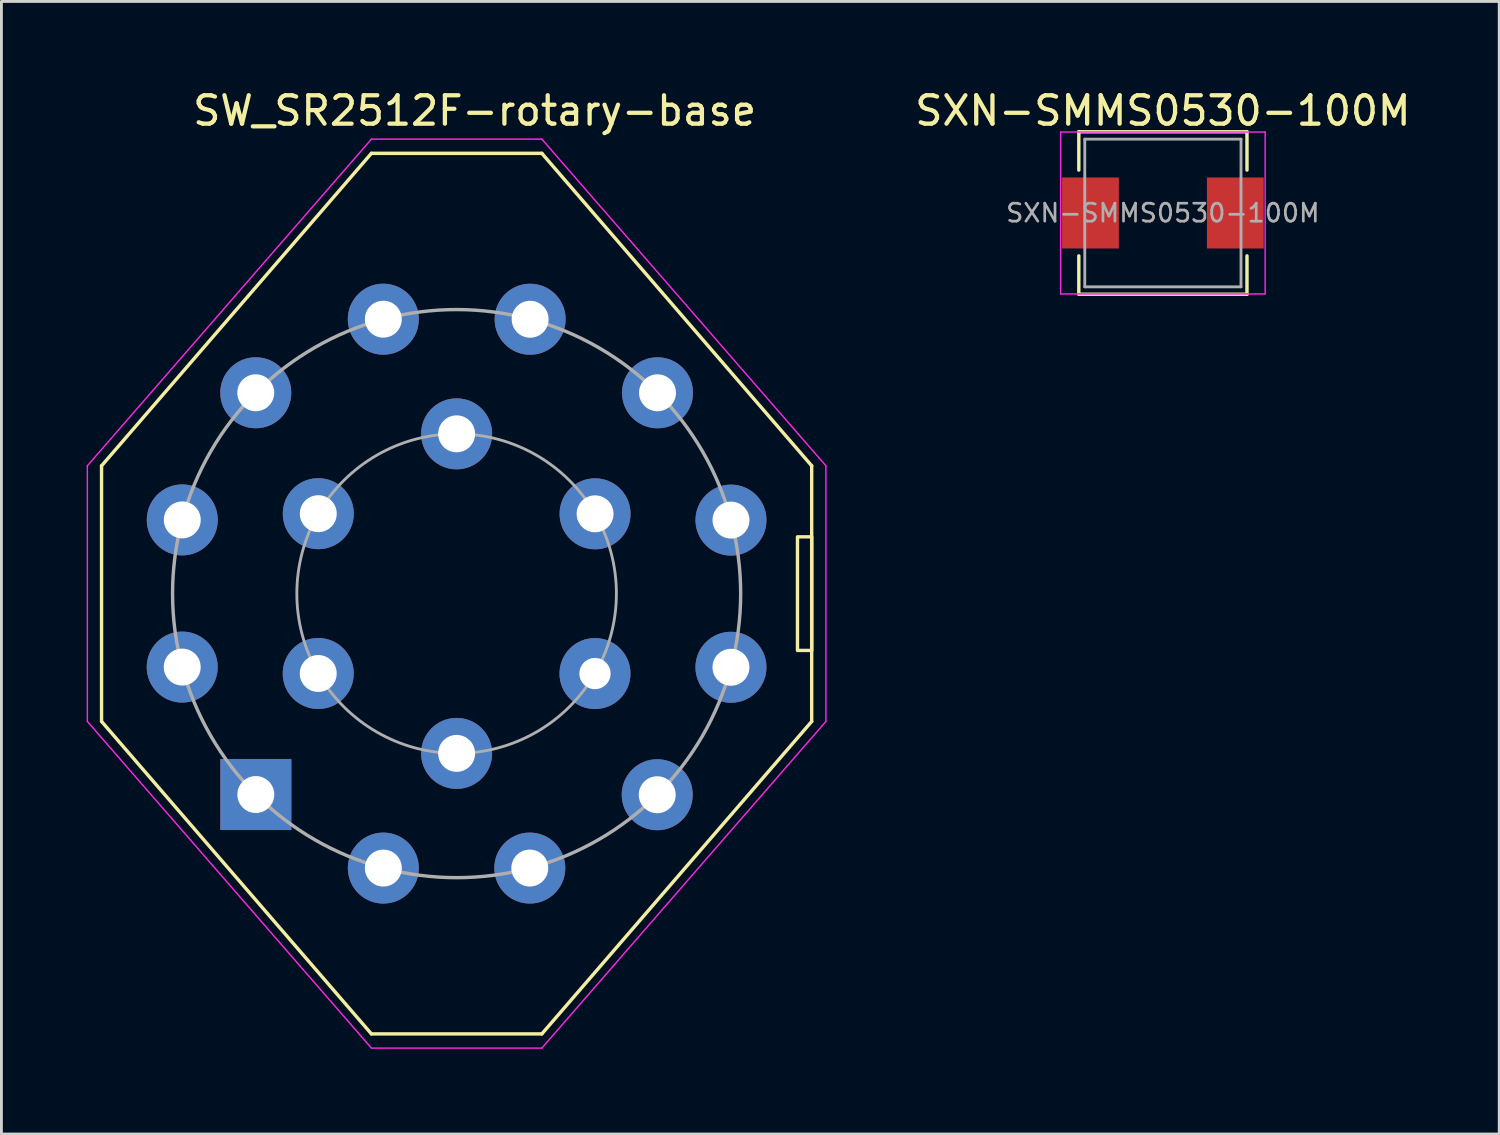
<source format=kicad_pcb>
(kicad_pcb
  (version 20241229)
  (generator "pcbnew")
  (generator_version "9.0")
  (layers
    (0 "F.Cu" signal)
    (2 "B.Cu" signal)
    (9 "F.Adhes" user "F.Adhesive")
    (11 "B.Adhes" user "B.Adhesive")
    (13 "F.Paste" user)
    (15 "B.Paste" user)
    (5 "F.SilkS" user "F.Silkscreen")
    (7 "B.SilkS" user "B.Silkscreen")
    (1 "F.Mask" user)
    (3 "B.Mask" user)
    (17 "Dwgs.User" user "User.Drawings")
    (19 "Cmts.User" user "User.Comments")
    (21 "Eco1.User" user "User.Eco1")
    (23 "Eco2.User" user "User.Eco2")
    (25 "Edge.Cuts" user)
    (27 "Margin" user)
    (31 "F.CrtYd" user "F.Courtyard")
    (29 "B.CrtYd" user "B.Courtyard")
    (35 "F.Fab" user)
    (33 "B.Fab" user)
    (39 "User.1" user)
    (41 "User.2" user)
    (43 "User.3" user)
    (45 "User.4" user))
  (footprint "SW_SR2512F-rotary-base"
    (layer "F.Cu")
    (at 13.025 17.848)
    (property "Reference" "SW_SR2512F-rotary-base" (at 0.635 -17 0) (layer "F.SilkS") (effects (font (size 1 1) (thickness 0.15))))
    (attr through_hole)
    (fp_line (start -12.5 -4.5) (end -12.5 4.5) (stroke (width 0.12) (type default)) (layer "F.SilkS"))
    (fp_line (start -3 -15.5) (end -12.5 -4.5) (stroke (width 0.12) (type default)) (layer "F.SilkS"))
    (fp_line (start -3 -15.5) (end 3 -15.5) (stroke (width 0.12) (type default)) (layer "F.SilkS"))
    (fp_line (start -3 15.5) (end -12.5 4.5) (stroke (width 0.12) (type default)) (layer "F.SilkS"))
    (fp_line (start -3 15.5) (end 3 15.5) (stroke (width 0.12) (type default)) (layer "F.SilkS"))
    (fp_line (start 3 -15.5) (end 12.5 -4.5) (stroke (width 0.12) (type default)) (layer "F.SilkS"))
    (fp_line (start 12.5 -4.5) (end 12.5 4.5) (stroke (width 0.12) (type default)) (layer "F.SilkS"))
    (fp_line (start 12.5 4.5) (end 3 15.5) (stroke (width 0.12) (type default)) (layer "F.SilkS"))
    (fp_rect (start 12.5 -2) (end 12 2) (stroke (width 0.12) (type default)) (fill no) (layer "F.SilkS"))
    (fp_line (start -13 -4.5) (end -3 -16) (stroke (width 0.05) (type default)) (layer "F.CrtYd"))
    (fp_line (start -13 4.5) (end -13 -4.5) (stroke (width 0.05) (type default)) (layer "F.CrtYd"))
    (fp_line (start -3 -16) (end 3 -16) (stroke (width 0.05) (type default)) (layer "F.CrtYd"))
    (fp_line (start -3 16) (end -13 4.5) (stroke (width 0.05) (type default)) (layer "F.CrtYd"))
    (fp_line (start 3 -16) (end 13 -4.5) (stroke (width 0.05) (type default)) (layer "F.CrtYd"))
    (fp_line (start 3 16) (end -3 16) (stroke (width 0.05) (type default)) (layer "F.CrtYd"))
    (fp_line (start 13 -4.5) (end 13 4.5) (stroke (width 0.05) (type default)) (layer "F.CrtYd"))
    (fp_line (start 13 4.5) (end 3 16) (stroke (width 0.05) (type default)) (layer "F.CrtYd"))
    (fp_arc (start -9.659972 2.585515) (mid -9.999996 -0.00477) (end -9.657501 -2.59473) (stroke (width 0.12) (type default)) (layer "F.Fab"))
    (fp_arc (start -9.657501 -2.59473) (mid -8.658494 -5.003042) (end -7.070884 -7.071248) (stroke (width 0.12) (type default)) (layer "F.Fab"))
    (fp_arc (start -7.070884 -7.071248) (mid -4.996742 -8.662132) (end -2.581174 -9.661134) (stroke (width 0.12) (type default)) (layer "F.Fab"))
    (fp_arc (start -7.06939 7.072741) (mid -8.660352 4.999826) (end -9.659972 2.585515) (stroke (width 0.12) (type default)) (layer "F.Fab"))
    (fp_arc (start -4.871942 2.811547) (mid -5.624999 -0.001445) (end -4.870497 -2.814049) (stroke (width 0.1) (type default)) (layer "F.Fab"))
    (fp_arc (start -4.870496 -2.814049) (mid -2.811724 -4.871839) (end 0 -5.624998) (stroke (width 0.1) (type default)) (layer "F.Fab"))
    (fp_arc (start -2.581174 -9.661134) (mid 0.003533 -9.999998) (end 2.588 -9.659307) (stroke (width 0.12) (type default)) (layer "F.Fab"))
    (fp_arc (start -2.579719 9.661521) (mid -4.995175 8.663035) (end -7.06939 7.072741) (stroke (width 0.12) (type default)) (layer "F.Fab"))
    (fp_arc (start 0 -5.625) (mid 2.814367 -4.870314) (end 4.873548 -2.808765) (stroke (width 0.1) (type default)) (layer "F.Fab"))
    (fp_arc (start 0.000901 5.624999) (mid -2.812586 4.871342) (end -4.871942 2.811547) (stroke (width 0.1) (type default)) (layer "F.Fab"))
    (fp_arc (start 2.576266 9.662441) (mid -0.001787 9.999996) (end -2.579719 9.66152) (stroke (width 0.12) (type default)) (layer "F.Fab"))
    (fp_arc (start 2.588 -9.659308) (mid 5.000301 -8.660079) (end 7.071699 -7.070435) (stroke (width 0.12) (type default)) (layer "F.Fab"))
    (fp_arc (start 4.870519 2.814012) (mid 2.811683 4.871724) (end 0 5.624999) (stroke (width 0.1) (type default)) (layer "F.Fab"))
    (fp_arc (start 4.873548 -2.808765) (mid 5.625 0.003029) (end 4.870519 2.814012) (stroke (width 0.1) (type default)) (layer "F.Fab"))
    (fp_arc (start 7.061714 7.080404) (mid 4.988927 8.666633) (end 2.576266 9.662441) (stroke (width 0.12) (type default)) (layer "F.Fab"))
    (fp_arc (start 7.071698 -7.070434) (mid 8.660511 -4.99955) (end 9.659293 -2.588053) (stroke (width 0.12) (type default)) (layer "F.Fab"))
    (fp_arc (start 9.658071 2.592601) (mid 8.655801 5.007696) (end 7.061714 7.080404) (stroke (width 0.12) (type default)) (layer "F.Fab"))
    (fp_arc (start 9.659292 -2.588053) (mid 9.999997 0.002354) (end 9.658072 2.592601) (stroke (width 0.12) (type default)) (layer "F.Fab"))
    (pad "1" thru_hole rect (at -7.069 7.073) (size 2.5 2.5) (drill 1.3) (layers "*.Cu" "*.Mask"))
    (pad "2" thru_hole circle (at -9.66 2.586) (size 2.5 2.5) (drill 1.3) (layers "*.Cu" "*.Mask"))
    (pad "3" thru_hole circle (at -9.658 -2.595) (size 2.5 2.5) (drill 1.3) (layers "*.Cu" "*.Mask"))
    (pad "4" thru_hole circle (at -7.071 -7.071) (size 2.5 2.5) (drill 1.3) (layers "*.Cu" "*.Mask"))
    (pad "5" thru_hole circle (at -2.581 -9.661) (size 2.5 2.5) (drill 1.3) (layers "*.Cu" "*.Mask"))
    (pad "6" thru_hole circle (at 2.588 -9.659) (size 2.5 2.5) (drill 1.3) (layers "*.Cu" "*.Mask"))
    (pad "7" thru_hole circle (at 7.072 -7.07) (size 2.5 2.5) (drill 1.3) (layers "*.Cu" "*.Mask"))
    (pad "8" thru_hole circle (at 9.659 -2.588) (size 2.5 2.5) (drill 1.3) (layers "*.Cu" "*.Mask"))
    (pad "9" thru_hole circle (at 9.658 2.593) (size 2.5 2.5) (drill 1.3) (layers "*.Cu" "*.Mask"))
    (pad "10" thru_hole circle (at 7.062 7.08) (size 2.5 2.5) (drill 1.3) (layers "*.Cu" "*.Mask"))
    (pad "11" thru_hole circle (at 2.576 9.662) (size 2.5 2.5) (drill 1.3) (layers "*.Cu" "*.Mask"))
    (pad "12" thru_hole circle (at -2.58 9.662) (size 2.5 2.5) (drill 1.3) (layers "*.Cu" "*.Mask"))
    (pad "13" thru_hole circle (at -4.872 2.812) (size 2.5 2.5) (drill 1.3) (layers "*.Cu" "*.Mask"))
    (pad "14" thru_hole circle (at -4.87 -2.814) (size 2.5 2.5) (drill 1.3) (layers "*.Cu" "*.Mask"))
    (pad "15" thru_hole circle (at 0 -5.625) (size 2.5 2.5) (drill 1.3) (layers "*.Cu" "*.Mask"))
    (pad "16" thru_hole circle (at 4.874 -2.809) (size 2.5 2.5) (drill 1.3) (layers "*.Cu" "*.Mask"))
    (pad "17" thru_hole circle (at 4.871 2.814) (size 2.5 2.5) (drill 1.1) (layers "*.Cu" "*.Mask"))
    (pad "18" thru_hole circle (at 0 5.625) (size 2.5 2.5) (drill 1.3) (layers "*.Cu" "*.Mask")))
  (footprint "SXN-SMMS0530-100M"
    (layer "F.Cu")
    (at 37.889 4.448)
    (property "Reference" "SXN-SMMS0530-100M" (at 0 -3.6 0) (layer "F.SilkS") (effects (font (size 1 1) (thickness 0.15))))
    (attr smd)
    (fp_line (start -2.96 -2.86) (end -2.96 -1.51) (stroke (width 0.12) (type solid)) (layer "F.SilkS"))
    (fp_line (start -2.96 -2.86) (end 2.96 -2.86) (stroke (width 0.12) (type solid)) (layer "F.SilkS"))
    (fp_line (start -2.96 2.86) (end -2.96 1.51) (stroke (width 0.12) (type solid)) (layer "F.SilkS"))
    (fp_line (start -2.96 2.86) (end 2.96 2.86) (stroke (width 0.12) (type solid)) (layer "F.SilkS"))
    (fp_line (start 2.96 -2.86) (end 2.96 -1.51) (stroke (width 0.12) (type solid)) (layer "F.SilkS"))
    (fp_line (start 2.96 2.86) (end 2.96 1.51) (stroke (width 0.12) (type solid)) (layer "F.SilkS"))
    (fp_line (start -3.6 -2.85) (end -3.6 2.85) (stroke (width 0.05) (type solid)) (layer "F.CrtYd"))
    (fp_line (start -3.6 2.85) (end 3.6 2.85) (stroke (width 0.05) (type solid)) (layer "F.CrtYd"))
    (fp_line (start 3.6 -2.85) (end -3.6 -2.85) (stroke (width 0.05) (type solid)) (layer "F.CrtYd"))
    (fp_line (start 3.6 2.85) (end 3.6 -2.85) (stroke (width 0.05) (type solid)) (layer "F.CrtYd"))
    (fp_line (start -2.75 -2.6) (end -2.75 2.6) (stroke (width 0.1) (type solid)) (layer "F.Fab"))
    (fp_line (start -2.75 2.6) (end 2.75 2.6) (stroke (width 0.1) (type solid)) (layer "F.Fab"))
    (fp_line (start 2.75 -2.6) (end -2.75 -2.6) (stroke (width 0.1) (type solid)) (layer "F.Fab"))
    (fp_line (start 2.75 2.6) (end 2.75 -2.6) (stroke (width 0.1) (type solid)) (layer "F.Fab"))
    (fp_text user "${REFERENCE}" (at 0 0 0) (layer "F.Fab") (effects (font (size 0.633 0.633) (thickness 0.095))))
    (pad "1" smd rect (at -2.55 0) (size 2 2.5) (layers "F.Cu" "F.Mask" "F.Paste"))
    (pad "2" smd rect (at 2.55 0) (size 2 2.5) (layers "F.Cu" "F.Mask" "F.Paste")))
  (gr_rect
    (start -3 -3)
    (end 49.729 36.873)
    (stroke (width 0.1) (type default))
    (fill no)
    (layer "Edge.Cuts")))
</source>
